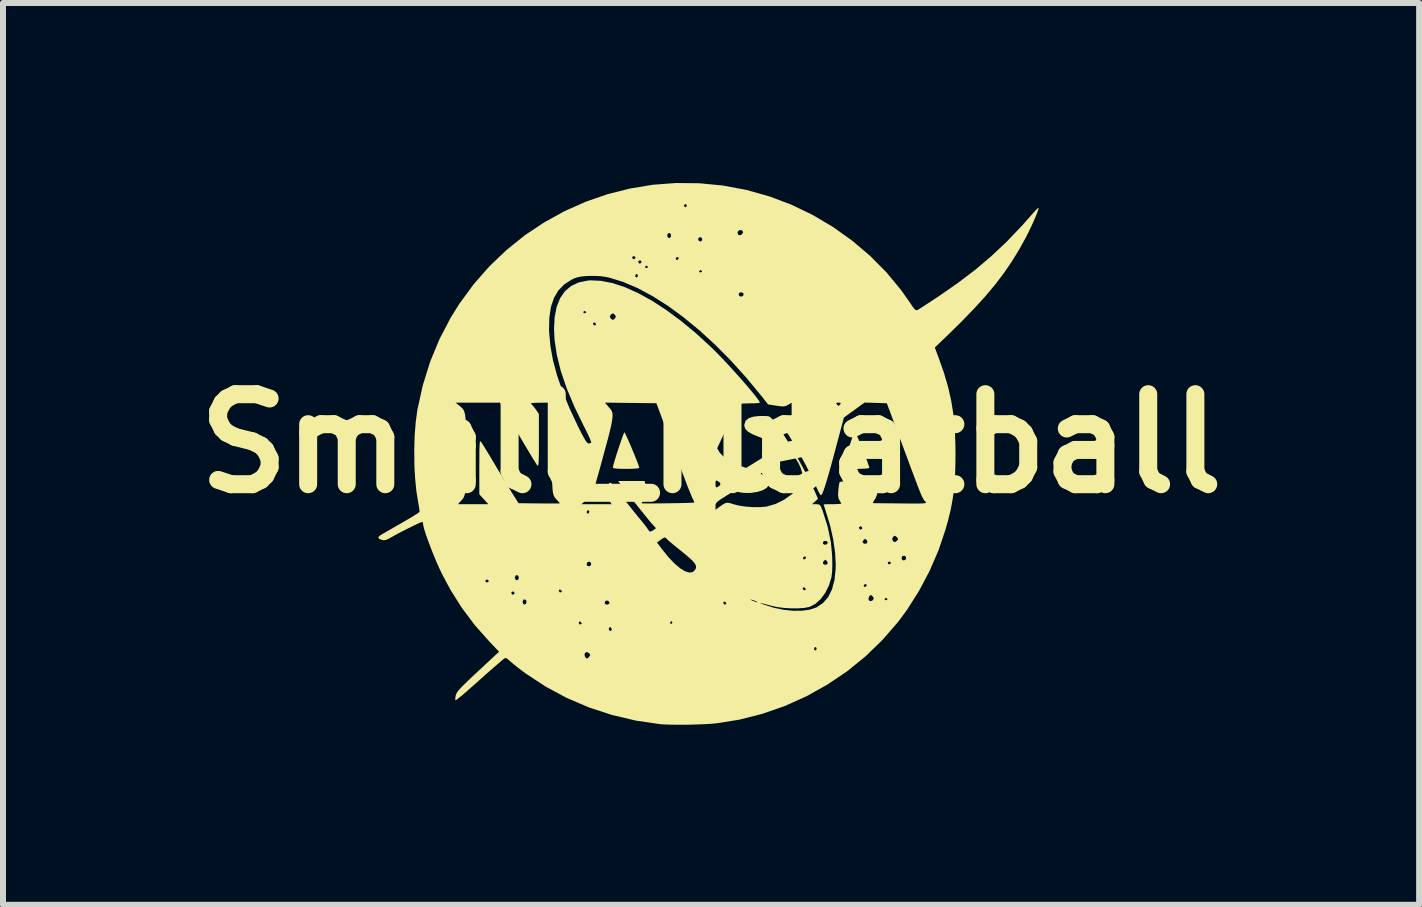
<source format=kicad_pcb>
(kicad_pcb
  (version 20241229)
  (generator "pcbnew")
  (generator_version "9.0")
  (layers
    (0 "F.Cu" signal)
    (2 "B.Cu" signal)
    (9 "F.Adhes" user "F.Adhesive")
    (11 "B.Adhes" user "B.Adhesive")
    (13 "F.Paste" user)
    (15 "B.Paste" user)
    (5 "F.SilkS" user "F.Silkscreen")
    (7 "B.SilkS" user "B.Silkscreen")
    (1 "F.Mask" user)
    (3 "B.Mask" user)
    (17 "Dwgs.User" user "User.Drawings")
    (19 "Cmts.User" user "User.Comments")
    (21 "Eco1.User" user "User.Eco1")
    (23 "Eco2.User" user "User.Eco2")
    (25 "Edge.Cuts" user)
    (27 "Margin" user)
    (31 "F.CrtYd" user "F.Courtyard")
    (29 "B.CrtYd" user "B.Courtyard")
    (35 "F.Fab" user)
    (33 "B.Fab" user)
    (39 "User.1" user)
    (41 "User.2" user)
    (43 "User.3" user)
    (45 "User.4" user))
  (footprint "Small_Meatball"
    (layer "F.Cu")
    (at 8.8 4.341)
    (property "Reference" "Small_Meatball" (at 0 0 0) (layer "F.SilkS") (effects (font (size 1.5 1.5) (thickness 0.3))))
    (attr board_only exclude_from_pos_files exclude_from_bom)
    (fp_poly (pts (xy -1.433 -0.17) (xy -1.412 -0.127) (xy -1.383 -0.062) (xy -1.349 0.016) (xy -1.312 0.102) (xy -1.277 0.188) (xy -1.244 0.269) (xy -1.218 0.337) (xy -1.201 0.385) (xy -1.196 0.406) (xy -1.213 0.413) (xy -1.26 0.418) (xy -1.329 0.422) (xy -1.414 0.423) (xy -1.416 0.423) (xy -1.516 0.422) (xy -1.583 0.418) (xy -1.622 0.412) (xy -1.636 0.403) (xy -1.636 0.4) (xy -1.631 0.371) (xy -1.616 0.316) (xy -1.594 0.243) (xy -1.568 0.159) (xy -1.539 0.071) (xy -1.51 -0.014) (xy -1.484 -0.089) (xy -1.463 -0.146) (xy -1.448 -0.18) (xy -1.444 -0.186)) (stroke (width 0) (type solid)) (fill yes) (layer "F.SilkS"))
    (fp_poly (pts (xy 2.404 -0.186) (xy 2.425 -0.142) (xy 2.454 -0.077) (xy 2.487 0.002) (xy 2.523 0.089) (xy 2.558 0.178) (xy 2.589 0.26) (xy 2.615 0.33) (xy 2.632 0.382) (xy 2.637 0.407) (xy 2.637 0.408) (xy 2.616 0.414) (xy 2.566 0.419) (xy 2.495 0.422) (xy 2.418 0.423) (xy 2.32 0.422) (xy 2.256 0.418) (xy 2.219 0.411) (xy 2.207 0.401) (xy 2.207 0.4) (xy 2.212 0.372) (xy 2.226 0.319) (xy 2.246 0.247) (xy 2.271 0.163) (xy 2.298 0.073) (xy 2.325 -0.014) (xy 2.351 -0.092) (xy 2.372 -0.154) (xy 2.387 -0.192) (xy 2.393 -0.202)) (stroke (width 0) (type solid)) (fill yes) (layer "F.SilkS"))
    (fp_poly (pts (xy -0.193 -4.337) (xy 0.198 -4.299) (xy 0.589 -4.226) (xy 0.975 -4.117) (xy 1.343 -3.978) (xy 1.697 -3.807) (xy 2.036 -3.606) (xy 2.355 -3.378) (xy 2.653 -3.125) (xy 2.925 -2.85) (xy 3.17 -2.553) (xy 3.326 -2.331) (xy 3.367 -2.27) (xy 3.395 -2.235) (xy 3.416 -2.221) (xy 3.436 -2.224) (xy 3.446 -2.228) (xy 3.473 -2.244) (xy 3.525 -2.277) (xy 3.597 -2.324) (xy 3.684 -2.381) (xy 3.78 -2.444) (xy 3.798 -2.456) (xy 4.116 -2.677) (xy 4.406 -2.897) (xy 4.674 -3.125) (xy 4.93 -3.366) (xy 5.18 -3.628) (xy 5.351 -3.821) (xy 5.397 -3.873) (xy 5.434 -3.911) (xy 5.455 -3.928) (xy 5.458 -3.929) (xy 5.456 -3.907) (xy 5.44 -3.859) (xy 5.413 -3.79) (xy 5.377 -3.706) (xy 5.335 -3.614) (xy 5.289 -3.519) (xy 5.244 -3.43) (xy 5.13 -3.224) (xy 5.008 -3.027) (xy 4.877 -2.835) (xy 4.731 -2.644) (xy 4.568 -2.45) (xy 4.384 -2.248) (xy 4.176 -2.033) (xy 3.957 -1.818) (xy 3.729 -1.599) (xy 3.796 -1.42) (xy 3.883 -1.172) (xy 3.951 -0.94) (xy 4.002 -0.714) (xy 4.039 -0.485) (xy 4.062 -0.244) (xy 4.072 0.019) (xy 4.074 0.175) (xy 4.071 0.399) (xy 4.063 0.595) (xy 4.048 0.773) (xy 4.024 0.942) (xy 3.992 1.111) (xy 3.948 1.289) (xy 3.907 1.435) (xy 3.791 1.779) (xy 3.643 2.121) (xy 3.468 2.453) (xy 3.27 2.766) (xy 3.121 2.969) (xy 2.861 3.269) (xy 2.576 3.546) (xy 2.268 3.796) (xy 1.938 4.018) (xy 1.592 4.212) (xy 1.229 4.375) (xy 0.855 4.505) (xy 0.47 4.603) (xy 0.1 4.662) (xy 0.003 4.671) (xy -0.119 4.678) (xy -0.257 4.683) (xy -0.401 4.687) (xy -0.542 4.687) (xy -0.672 4.686) (xy -0.781 4.682) (xy -0.846 4.678) (xy -1.254 4.618) (xy -1.652 4.524) (xy -2.037 4.398) (xy -2.407 4.239) (xy -2.759 4.05) (xy -3.093 3.83) (xy -3.152 3.786) (xy -3.223 3.732) (xy -3.29 3.678) (xy -3.342 3.635) (xy -3.36 3.618) (xy -3.399 3.584) (xy -3.425 3.575) (xy -3.448 3.584) (xy -3.452 3.588) (xy -3.488 3.617) (xy -3.548 3.669) (xy -3.63 3.74) (xy -3.732 3.829) (xy -3.849 3.933) (xy -3.98 4.05) (xy -4.006 4.072) (xy -4.085 4.142) (xy -4.154 4.201) (xy -4.21 4.246) (xy -4.246 4.274) (xy -4.26 4.28) (xy -4.263 4.258) (xy -4.258 4.214) (xy -4.255 4.199) (xy -4.247 4.174) (xy -4.232 4.147) (xy -4.208 4.114) (xy -4.17 4.072) (xy -4.116 4.017) (xy -4.043 3.946) (xy -3.947 3.855) (xy -3.886 3.799) (xy -3.59 3.523) (xy -2.11 3.523) (xy -2.097 3.559) (xy -2.075 3.582) (xy -2.058 3.58) (xy -2.033 3.557) (xy -2.014 3.528) (xy -2.025 3.502) (xy -2.056 3.48) (xy -2.072 3.476) (xy -2.101 3.491) (xy -2.11 3.523) (xy -3.59 3.523) (xy -3.532 3.47) (xy -3.572 3.429) (xy 1.716 3.429) (xy 1.72 3.439) (xy 1.74 3.45) (xy 1.751 3.443) (xy 1.76 3.413) (xy 1.756 3.403) (xy 1.736 3.392) (xy 1.725 3.399) (xy 1.716 3.429) (xy -3.572 3.429) (xy -3.684 3.312) (xy -3.885 3.086) (xy -1.706 3.086) (xy -1.701 3.108) (xy -1.678 3.126) (xy -1.659 3.115) (xy -1.655 3.1) (xy -1.666 3.069) (xy -1.672 3.063) (xy -1.694 3.064) (xy -1.706 3.086) (xy -3.885 3.086) (xy -3.933 3.032) (xy -3.967 2.987) (xy -2.207 2.987) (xy -2.192 3.013) (xy -2.178 3.016) (xy -2.157 3.006) (xy -2.156 2.995) (xy -2.16 2.99) (xy -0.681 2.99) (xy -0.672 3.009) (xy -0.662 3.007) (xy -0.644 2.984) (xy -0.644 2.978) (xy -0.658 2.962) (xy -0.662 2.961) (xy -0.678 2.976) (xy -0.681 2.99) (xy -2.16 2.99) (xy -2.174 2.97) (xy -2.196 2.967) (xy -2.207 2.987) (xy -3.967 2.987) (xy -4.151 2.742) (xy -4.218 2.637) (xy -3.141 2.637) (xy -3.133 2.669) (xy -3.11 2.685) (xy -3.108 2.685) (xy -3.086 2.671) (xy -3.082 2.665) (xy -1.774 2.665) (xy -1.75 2.683) (xy -1.728 2.685) (xy -1.698 2.673) (xy -1.692 2.657) (xy -1.693 2.656) (xy 0.202 2.656) (xy 0.217 2.682) (xy 0.231 2.685) (xy 0.253 2.675) (xy 0.253 2.663) (xy 0.235 2.639) (xy 0.213 2.636) (xy 0.202 2.656) (xy -1.693 2.656) (xy -1.706 2.628) (xy -1.735 2.616) (xy -1.763 2.627) (xy -1.766 2.631) (xy -1.774 2.665) (xy -3.082 2.665) (xy -3.078 2.656) (xy -3.077 2.622) (xy -3.095 2.6) (xy -3.122 2.601) (xy -3.129 2.607) (xy -3.141 2.637) (xy -4.218 2.637) (xy -4.241 2.6) (xy 0.655 2.6) (xy 0.661 2.606) (xy 0.69 2.62) (xy 0.73 2.637) (xy 0.76 2.646) (xy 0.772 2.646) (xy 0.758 2.634) (xy 0.754 2.632) (xy 0.715 2.615) (xy 0.681 2.605) (xy 0.655 2.6) (xy -4.241 2.6) (xy -4.309 2.492) (xy -3.329 2.492) (xy -3.314 2.517) (xy -3.301 2.52) (xy -3.277 2.505) (xy -3.274 2.492) (xy -3.289 2.468) (xy -3.301 2.465) (xy -3.326 2.479) (xy -3.329 2.492) (xy -4.309 2.492) (xy -4.333 2.454) (xy -2.538 2.454) (xy -2.523 2.479) (xy -2.509 2.483) (xy -2.488 2.472) (xy -2.487 2.461) (xy -2.506 2.437) (xy -2.528 2.434) (xy -2.538 2.454) (xy -4.333 2.454) (xy -4.346 2.433) (xy -4.354 2.417) (xy 1.527 2.417) (xy 1.541 2.442) (xy 1.556 2.446) (xy 1.577 2.436) (xy 1.578 2.424) (xy 1.559 2.4) (xy 1.537 2.397) (xy 1.527 2.417) (xy -4.354 2.417) (xy -4.421 2.293) (xy -3.762 2.293) (xy -3.748 2.313) (xy -3.734 2.317) (xy -3.71 2.304) (xy -3.707 2.3) (xy -3.708 2.279) (xy -3.73 2.267) (xy -3.752 2.272) (xy -3.762 2.293) (xy -4.421 2.293) (xy -4.453 2.232) (xy -3.27 2.232) (xy -3.261 2.265) (xy -3.239 2.281) (xy -3.237 2.281) (xy -3.214 2.266) (xy -3.206 2.252) (xy -3.206 2.218) (xy -3.224 2.196) (xy -3.25 2.196) (xy -3.258 2.202) (xy -3.27 2.232) (xy -4.453 2.232) (xy -4.486 2.17) (xy -4.532 2.073) (xy -4.559 2.012) (xy -2.074 2.012) (xy -2.063 2.04) (xy -2.059 2.042) (xy -2.026 2.046) (xy -2.001 2.026) (xy -1.999 1.994) (xy -2.022 1.971) (xy -2.035 1.968) (xy -2.063 1.982) (xy -2.074 2.012) (xy -4.559 2.012) (xy -4.581 1.962) (xy -4.629 1.845) (xy -4.676 1.726) (xy -4.704 1.65) (xy -0.901 1.65) (xy -0.808 1.773) (xy -0.705 1.9) (xy -0.606 2.003) (xy -0.515 2.08) (xy -0.433 2.13) (xy -0.362 2.151) (xy -0.305 2.143) (xy -0.267 2.108) (xy -0.251 2.074) (xy -0.251 2.039) (xy -0.271 2) (xy -0.282 1.986) (xy 1.864 1.986) (xy 1.866 2.003) (xy 1.895 2.022) (xy 1.929 2.016) (xy 1.941 2.004) (xy 1.941 1.976) (xy 1.93 1.957) (xy 1.908 1.939) (xy 1.885 1.951) (xy 1.88 1.956) (xy 1.864 1.986) (xy -0.282 1.986) (xy -0.312 1.951) (xy -0.357 1.909) (xy 1.531 1.909) (xy 1.539 1.928) (xy 1.553 1.931) (xy 1.578 1.916) (xy 1.582 1.902) (xy 1.571 1.882) (xy 1.549 1.885) (xy 1.531 1.909) (xy -0.357 1.909) (xy -0.377 1.891) (xy -0.47 1.814) (xy -0.491 1.797) (xy -0.569 1.735) (xy -0.638 1.678) (xy -0.657 1.662) (xy 1.863 1.662) (xy 1.866 1.673) (xy 1.893 1.688) (xy 1.927 1.681) (xy 1.945 1.66) (xy 1.939 1.636) (xy 1.912 1.623) (xy 1.881 1.627) (xy 1.873 1.633) (xy 1.863 1.662) (xy -0.657 1.662) (xy -0.693 1.632) (xy -0.727 1.601) (xy -0.733 1.594) (xy -0.756 1.571) (xy -0.778 1.567) (xy -0.811 1.584) (xy -0.842 1.607) (xy -0.901 1.65) (xy -4.704 1.65) (xy -4.719 1.612) (xy -4.755 1.509) (xy -4.782 1.423) (xy -4.797 1.361) (xy -4.8 1.336) (xy -4.807 1.31) (xy -4.814 1.306) (xy -4.838 1.314) (xy -4.887 1.336) (xy -4.954 1.368) (xy -5.033 1.407) (xy -5.117 1.449) (xy -5.198 1.491) (xy -5.269 1.529) (xy -5.316 1.556) (xy -5.38 1.591) (xy -5.424 1.609) (xy -5.459 1.612) (xy -5.486 1.607) (xy -5.534 1.587) (xy -5.545 1.564) (xy -5.52 1.536) (xy -5.495 1.519) (xy -5.459 1.499) (xy -5.399 1.464) (xy -5.319 1.418) (xy -5.227 1.365) (xy -5.15 1.321) (xy -5.058 1.267) (xy -4.977 1.219) (xy -4.914 1.18) (xy -4.873 1.152) (xy -4.868 1.148) (xy -2.073 1.148) (xy -2.069 1.159) (xy -2.049 1.17) (xy -2.037 1.162) (xy -2.029 1.132) (xy -2.032 1.122) (xy -2.053 1.111) (xy -2.064 1.119) (xy -2.073 1.148) (xy -4.868 1.148) (xy -4.859 1.14) (xy -4.859 1.115) (xy -4.866 1.064) (xy -4.878 0.997) (xy -4.881 0.98) (xy -4.912 0.786) (xy -4.933 0.566) (xy -4.944 0.331) (xy -4.946 0.091) (xy -4.939 -0.145) (xy -4.921 -0.365) (xy -4.894 -0.561) (xy -4.868 -0.68) (xy -4.258 -0.68) (xy -4.198 -0.633) (xy -4.169 -0.609) (xy -4.145 -0.587) (xy -4.126 -0.562) (xy -4.112 -0.53) (xy -4.101 -0.488) (xy -4.093 -0.431) (xy -4.088 -0.356) (xy -4.085 -0.26) (xy -4.084 -0.137) (xy -4.083 0.015) (xy -4.083 0.175) (xy -4.083 0.353) (xy -4.084 0.497) (xy -4.085 0.613) (xy -4.088 0.704) (xy -4.092 0.774) (xy -4.099 0.827) (xy -4.109 0.866) (xy -4.121 0.897) (xy -4.137 0.922) (xy -4.157 0.946) (xy -4.172 0.961) (xy -4.219 1.012) (xy -3.965 1.012) (xy -3.711 1.012) (xy -2.16 1.012) (xy -1.909 1.012) (xy -1.657 1.012) (xy -1.695 0.946) (xy -1.718 0.899) (xy -1.726 0.851) (xy -1.723 0.786) (xy -1.722 0.778) (xy -1.713 0.712) (xy -1.702 0.669) (xy -1.687 0.653) (xy -1.663 0.662) (xy -1.627 0.698) (xy -1.575 0.763) (xy -1.524 0.831) (xy -1.449 0.928) (xy -1.365 1.036) (xy -1.282 1.14) (xy -1.217 1.22) (xy -1.158 1.291) (xy -1.107 1.355) (xy -1.069 1.405) (xy -1.048 1.435) (xy -1.048 1.436) (xy -1.027 1.465) (xy -1.003 1.467) (xy -0.963 1.445) (xy -0.959 1.442) (xy -0.917 1.412) (xy -0.97 1.354) (xy -1 1.321) (xy -1.047 1.264) (xy -1.107 1.19) (xy -1.176 1.105) (xy 0.074 1.105) (xy 0.133 1.061) (xy 0.182 1.026) (xy 0.226 0.999) (xy 0.232 0.996) (xy 0.266 0.987) (xy 0.311 0.992) (xy 0.37 1.011) (xy 0.463 1.035) (xy 0.578 1.052) (xy 0.702 1.061) (xy 0.821 1.061) (xy 0.922 1.052) (xy 0.929 1.05) (xy 1.074 1.008) (xy 1.218 0.937) (xy 1.349 0.844) (xy 1.369 0.826) (xy 1.456 0.73) (xy 1.507 0.635) (xy 1.523 0.537) (xy 1.519 0.493) (xy 1.497 0.416) (xy 1.459 0.33) (xy 1.412 0.253) (xy 1.371 0.203) (xy 1.331 0.166) (xy 1.078 0.334) (xy 0.825 0.502) (xy 0.878 0.536) (xy 0.94 0.588) (xy 0.968 0.641) (xy 0.963 0.692) (xy 0.928 0.739) (xy 0.863 0.778) (xy 0.773 0.807) (xy 0.668 0.823) (xy 0.589 0.825) (xy 0.51 0.819) (xy 0.469 0.811) (xy 0.429 0.802) (xy 0.398 0.8) (xy 0.366 0.808) (xy 0.324 0.828) (xy 0.264 0.864) (xy 0.229 0.887) (xy 0.157 0.932) (xy 0.112 0.965) (xy 0.087 0.991) (xy 0.076 1.015) (xy 0.074 1.045) (xy 0.074 1.105) (xy -1.176 1.105) (xy -1.176 1.104) (xy -1.249 1.013) (xy -1.322 0.922) (xy -1.389 0.837) (xy -1.446 0.764) (xy -1.488 0.708) (xy -1.505 0.685) (xy -1.547 0.625) (xy -1.328 0.625) (xy -1.108 0.625) (xy -1.087 0.707) (xy -1.071 0.791) (xy -1.071 0.852) (xy -1.089 0.901) (xy -1.113 0.935) (xy -1.142 0.971) (xy -1.158 0.994) (xy -1.159 0.996) (xy -1.141 0.998) (xy -1.093 0.999) (xy -1.021 0.999) (xy -0.93 0.999) (xy -0.827 0.998) (xy -0.718 0.996) (xy -0.609 0.995) (xy -0.506 0.993) (xy -0.415 0.991) (xy -0.343 0.988) (xy -0.296 0.986) (xy -0.279 0.984) (xy -0.283 0.966) (xy -0.301 0.929) (xy -0.306 0.92) (xy -0.32 0.891) (xy -0.344 0.831) (xy -0.379 0.745) (xy -0.408 0.671) (xy 0.074 0.671) (xy 0.077 0.718) (xy 0.092 0.733) (xy 0.123 0.717) (xy 0.135 0.709) (xy 0.158 0.679) (xy 0.144 0.649) (xy 0.109 0.625) (xy 0.086 0.616) (xy 0.076 0.629) (xy 0.074 0.671) (xy -0.408 0.671) (xy -0.421 0.635) (xy -0.471 0.506) (xy -0.526 0.362) (xy -0.584 0.206) (xy -0.625 0.095) (xy -0.911 -0.671) (xy -1.34 -0.676) (xy -1.769 -0.681) (xy -1.703 -0.604) (xy -1.682 -0.58) (xy -1.665 -0.558) (xy -1.653 -0.534) (xy -1.644 -0.507) (xy -1.641 -0.472) (xy -1.643 -0.428) (xy -1.651 -0.371) (xy -1.665 -0.298) (xy -1.686 -0.207) (xy -1.715 -0.093) (xy -1.752 0.044) (xy -1.797 0.209) (xy -1.85 0.405) (xy -1.898 0.575) (xy -1.973 0.847) (xy -2.067 0.929) (xy -2.16 1.012) (xy -3.711 1.012) (xy -3.787 0.929) (xy -3.862 0.847) (xy -3.862 0.391) (xy -3.861 0.25) (xy -3.861 0.142) (xy -3.859 0.064) (xy -3.857 0.01) (xy -3.853 -0.021) (xy -3.847 -0.035) (xy -3.84 -0.035) (xy -3.833 -0.028) (xy -3.815 -0.001) (xy -3.782 0.052) (xy -3.737 0.126) (xy -3.683 0.214) (xy -3.625 0.313) (xy -3.619 0.322) (xy -3.553 0.434) (xy -3.483 0.549) (xy -3.417 0.659) (xy -3.359 0.754) (xy -3.322 0.815) (xy -3.209 0.995) (xy -2.865 0.999) (xy -2.757 0.999) (xy -2.662 1) (xy -2.588 0.999) (xy -2.538 0.999) (xy -2.52 0.997) (xy -2.52 0.997) (xy -2.531 0.981) (xy -2.558 0.951) (xy -2.558 0.951) (xy -2.582 0.927) (xy -2.601 0.904) (xy -2.616 0.88) (xy -2.627 0.851) (xy -2.636 0.812) (xy -2.642 0.759) (xy -2.646 0.689) (xy -2.648 0.599) (xy -2.649 0.483) (xy -2.649 0.338) (xy -2.649 0.16) (xy -2.649 0.154) (xy -2.649 -0.524) (xy -2.594 -0.602) (xy -2.539 -0.681) (xy -2.782 -0.68) (xy -2.882 -0.679) (xy -2.948 -0.677) (xy -2.987 -0.673) (xy -3.002 -0.666) (xy -2.996 -0.657) (xy -2.996 -0.657) (xy -2.967 -0.628) (xy -2.931 -0.582) (xy -2.918 -0.563) (xy -2.869 -0.491) (xy -2.869 -0.049) (xy -2.869 0.091) (xy -2.87 0.198) (xy -2.872 0.276) (xy -2.875 0.328) (xy -2.88 0.359) (xy -2.885 0.371) (xy -2.893 0.368) (xy -2.894 0.367) (xy -2.91 0.345) (xy -2.941 0.295) (xy -2.986 0.222) (xy -3.042 0.129) (xy -3.107 0.02) (xy -3.178 -0.101) (xy -3.218 -0.17) (xy -3.517 -0.681) (xy -3.887 -0.68) (xy -4.258 -0.68) (xy -4.868 -0.68) (xy -4.804 -0.971) (xy -4.681 -1.364) (xy -4.526 -1.74) (xy -4.444 -1.895) (xy -2.7 -1.895) (xy -2.698 -1.849) (xy -2.677 -1.621) (xy -2.634 -1.385) (xy -2.567 -1.136) (xy -2.476 -0.872) (xy -2.36 -0.59) (xy -2.224 -0.299) (xy -2.168 -0.187) (xy -2.124 -0.104) (xy -2.091 -0.048) (xy -2.067 -0.015) (xy -2.048 -0.001) (xy -2.042 0) (xy -2.008 -0.007) (xy -1.997 -0.016) (xy -2.002 -0.037) (xy -2.021 -0.085) (xy -2.052 -0.153) (xy -2.093 -0.237) (xy -2.125 -0.299) (xy -2.281 -0.621) (xy -2.407 -0.923) (xy -2.504 -1.208) (xy -2.57 -1.475) (xy -2.608 -1.727) (xy -2.617 -1.904) (xy -2.612 -1.997) (xy -1.968 -1.997) (xy -1.953 -1.972) (xy -1.939 -1.968) (xy -1.917 -1.979) (xy -1.917 -1.99) (xy -1.935 -2.014) (xy -1.957 -2.017) (xy -1.968 -1.997) (xy -2.612 -1.997) (xy -2.607 -2.103) (xy -2.604 -2.119) (xy -1.688 -2.119) (xy -1.678 -2.093) (xy -1.674 -2.088) (xy -1.649 -2.065) (xy -1.637 -2.06) (xy -1.615 -2.072) (xy -1.599 -2.088) (xy -1.586 -2.116) (xy -1.601 -2.142) (xy -1.606 -2.148) (xy -1.632 -2.168) (xy -1.653 -2.161) (xy -1.668 -2.148) (xy -1.688 -2.119) (xy -2.604 -2.119) (xy -2.59 -2.19) (xy -2.13 -2.19) (xy -2.121 -2.173) (xy -2.106 -2.17) (xy -2.083 -2.18) (xy -2.082 -2.19) (xy -2.101 -2.209) (xy -2.106 -2.21) (xy -2.128 -2.196) (xy -2.13 -2.19) (xy -2.59 -2.19) (xy -2.573 -2.276) (xy -2.516 -2.42) (xy -2.435 -2.537) (xy -2.332 -2.625) (xy -2.205 -2.684) (xy -2.056 -2.715) (xy -2.013 -2.719) (xy -1.835 -2.711) (xy -1.641 -2.673) (xy -1.433 -2.604) (xy -1.214 -2.506) (xy -0.984 -2.379) (xy -0.747 -2.225) (xy -0.503 -2.045) (xy -0.254 -1.839) (xy -0.003 -1.609) (xy 0.085 -1.522) (xy 0.183 -1.422) (xy 0.286 -1.312) (xy 0.391 -1.197) (xy 0.493 -1.083) (xy 0.589 -0.973) (xy 0.674 -0.872) (xy 0.744 -0.786) (xy 0.794 -0.718) (xy 0.814 -0.688) (xy 0.805 -0.678) (xy 0.763 -0.672) (xy 0.686 -0.669) (xy 0.647 -0.669) (xy 0.535 -0.666) (xy 0.447 -0.653) (xy 0.371 -0.627) (xy 0.293 -0.585) (xy 0.254 -0.559) (xy 0.162 -0.474) (xy 0.095 -0.366) (xy 0.055 -0.243) (xy 0.046 -0.114) (xy 0.048 -0.087) (xy 0.08 0.041) (xy 0.145 0.154) (xy 0.24 0.25) (xy 0.366 0.327) (xy 0.467 0.367) (xy 0.586 0.407) (xy 0.785 0.283) (xy 0.871 0.23) (xy 0.954 0.178) (xy 1.026 0.133) (xy 1.074 0.104) (xy 1.164 0.048) (xy 1.055 -0.003) (xy 0.985 -0.035) (xy 0.897 -0.072) (xy 0.808 -0.107) (xy 0.792 -0.113) (xy 0.687 -0.156) (xy 0.615 -0.198) (xy 0.573 -0.241) (xy 0.555 -0.288) (xy 0.555 -0.316) (xy 0.576 -0.377) (xy 0.625 -0.42) (xy 0.705 -0.447) (xy 0.791 -0.457) (xy 0.863 -0.459) (xy 0.925 -0.457) (xy 0.963 -0.453) (xy 0.996 -0.431) (xy 1.043 -0.38) (xy 1.101 -0.303) (xy 1.169 -0.206) (xy 1.244 -0.091) (xy 1.323 0.038) (xy 1.405 0.176) (xy 1.486 0.32) (xy 1.565 0.466) (xy 1.639 0.61) (xy 1.705 0.748) (xy 1.738 0.82) (xy 1.782 0.92) (xy 1.733 0.966) (xy 1.683 1.012) (xy 1.751 1.012) (xy 1.789 1.014) (xy 1.813 1.025) (xy 1.832 1.053) (xy 1.854 1.108) (xy 1.858 1.117) (xy 1.944 1.388) (xy 1.998 1.653) (xy 2.018 1.876) (xy 2.021 2.013) (xy 2.018 2.127) (xy 2.009 2.212) (xy 2.007 2.227) (xy 1.965 2.364) (xy 1.904 2.488) (xy 1.827 2.593) (xy 1.738 2.673) (xy 1.642 2.723) (xy 1.634 2.725) (xy 1.555 2.74) (xy 1.452 2.747) (xy 1.334 2.747) (xy 1.213 2.74) (xy 1.1 2.725) (xy 1.012 2.706) (xy 0.915 2.68) (xy 0.852 2.664) (xy 0.823 2.658) (xy 0.825 2.663) (xy 0.858 2.677) (xy 0.883 2.686) (xy 1.042 2.737) (xy 1.205 2.771) (xy 1.365 2.788) (xy 1.515 2.787) (xy 1.647 2.769) (xy 1.755 2.733) (xy 1.864 2.66) (xy 1.928 2.587) (xy 2.622 2.587) (xy 2.632 2.617) (xy 2.659 2.629) (xy 2.692 2.615) (xy 2.702 2.604) (xy 2.707 2.592) (xy 2.891 2.592) (xy 2.9 2.609) (xy 2.915 2.612) (xy 2.938 2.602) (xy 2.939 2.592) (xy 2.92 2.573) (xy 2.915 2.572) (xy 2.894 2.587) (xy 2.891 2.592) (xy 2.707 2.592) (xy 2.712 2.578) (xy 2.692 2.548) (xy 2.692 2.547) (xy 2.666 2.526) (xy 2.649 2.532) (xy 2.637 2.547) (xy 2.622 2.587) (xy 1.928 2.587) (xy 1.951 2.561) (xy 2.015 2.433) (xy 2.032 2.369) (xy 2.542 2.369) (xy 2.55 2.388) (xy 2.564 2.391) (xy 2.59 2.376) (xy 2.593 2.362) (xy 2.583 2.342) (xy 2.561 2.345) (xy 2.542 2.369) (xy 2.032 2.369) (xy 2.057 2.277) (xy 2.076 2.093) (xy 2.078 2.013) (xy 2.076 1.979) (xy 2.945 1.979) (xy 2.95 2.005) (xy 2.955 2.01) (xy 2.977 2.014) (xy 2.996 1.995) (xy 2.998 1.985) (xy 2.983 1.97) (xy 2.97 1.968) (xy 2.945 1.979) (xy 2.076 1.979) (xy 2.072 1.908) (xy 3.174 1.908) (xy 3.185 1.938) (xy 3.212 1.95) (xy 3.241 1.935) (xy 3.25 1.92) (xy 3.247 1.888) (xy 3.223 1.87) (xy 3.191 1.876) (xy 3.188 1.878) (xy 3.174 1.908) (xy 2.072 1.908) (xy 2.067 1.814) (xy 2.041 1.637) (xy 2.526 1.637) (xy 2.528 1.654) (xy 2.557 1.672) (xy 2.591 1.666) (xy 2.603 1.655) (xy 2.603 1.626) (xy 2.592 1.608) (xy 2.57 1.589) (xy 2.548 1.601) (xy 2.542 1.607) (xy 2.526 1.637) (xy 2.041 1.637) (xy 2.036 1.597) (xy 2.033 1.585) (xy 3.018 1.585) (xy 3.031 1.624) (xy 3.038 1.633) (xy 3.062 1.644) (xy 3.092 1.625) (xy 3.094 1.624) (xy 3.116 1.599) (xy 3.111 1.577) (xy 3.096 1.56) (xy 3.067 1.538) (xy 3.041 1.547) (xy 3.041 1.547) (xy 3.018 1.585) (xy 2.033 1.585) (xy 1.993 1.407) (xy 2.465 1.407) (xy 2.479 1.431) (xy 2.492 1.435) (xy 2.517 1.42) (xy 2.52 1.407) (xy 2.505 1.383) (xy 2.492 1.379) (xy 2.468 1.394) (xy 2.465 1.407) (xy 1.993 1.407) (xy 1.985 1.371) (xy 1.941 1.223) (xy 1.916 1.143) (xy 1.895 1.077) (xy 1.881 1.032) (xy 1.876 1.016) (xy 1.893 1.014) (xy 1.938 1.012) (xy 2.002 1.012) (xy 2.023 1.012) (xy 2.092 1.01) (xy 2.143 1.007) (xy 2.169 1.003) (xy 2.17 1.002) (xy 2.161 0.981) (xy 2.14 0.946) (xy 2.123 0.909) (xy 2.117 0.861) (xy 2.12 0.79) (xy 2.121 0.78) (xy 2.128 0.716) (xy 2.137 0.666) (xy 2.143 0.643) (xy 2.165 0.637) (xy 2.217 0.631) (xy 2.295 0.628) (xy 2.391 0.626) (xy 2.439 0.625) (xy 2.723 0.625) (xy 2.741 0.672) (xy 2.768 0.765) (xy 2.769 0.841) (xy 2.744 0.907) (xy 2.733 0.924) (xy 2.708 0.965) (xy 2.698 0.99) (xy 2.7 0.994) (xy 2.721 0.995) (xy 2.774 0.995) (xy 2.853 0.996) (xy 2.954 0.997) (xy 3.07 0.998) (xy 3.158 0.999) (xy 3.297 1) (xy 3.403 1) (xy 3.48 1) (xy 3.533 0.998) (xy 3.564 0.995) (xy 3.579 0.989) (xy 3.581 0.982) (xy 3.575 0.972) (xy 3.569 0.966) (xy 3.556 0.951) (xy 3.544 0.935) (xy 3.532 0.914) (xy 3.517 0.886) (xy 3.499 0.846) (xy 3.477 0.792) (xy 3.449 0.721) (xy 3.414 0.629) (xy 3.37 0.512) (xy 3.316 0.369) (xy 3.252 0.195) (xy 3.236 0.153) (xy 3.179 -0.001) (xy 3.125 -0.147) (xy 3.075 -0.279) (xy 3.032 -0.395) (xy 2.997 -0.49) (xy 2.971 -0.56) (xy 2.955 -0.601) (xy 2.953 -0.607) (xy 2.929 -0.671) (xy 2.743 -0.677) (xy 2.558 -0.682) (xy 2.386 -0.557) (xy 2.214 -0.432) (xy 2.079 0.074) (xy 2.024 0.279) (xy 1.977 0.45) (xy 1.937 0.589) (xy 1.904 0.697) (xy 1.877 0.777) (xy 1.856 0.83) (xy 1.84 0.858) (xy 1.83 0.863) (xy 1.815 0.845) (xy 1.79 0.8) (xy 1.761 0.739) (xy 1.752 0.718) (xy 1.676 0.554) (xy 1.584 0.37) (xy 1.481 0.179) (xy 1.374 -0.009) (xy 1.267 -0.184) (xy 1.202 -0.285) (xy 1.167 -0.343) (xy 1.159 -0.375) (xy 1.177 -0.381) (xy 1.221 -0.361) (xy 1.251 -0.342) (xy 1.296 -0.314) (xy 1.326 -0.297) (xy 1.333 -0.294) (xy 1.337 -0.311) (xy 1.34 -0.358) (xy 1.342 -0.426) (xy 1.343 -0.487) (xy 1.343 -0.665) (xy 2.088 -0.665) (xy 2.097 -0.653) (xy 2.118 -0.63) (xy 2.124 -0.625) (xy 2.138 -0.637) (xy 2.152 -0.653) (xy 2.163 -0.673) (xy 2.146 -0.68) (xy 2.124 -0.681) (xy 2.091 -0.678) (xy 2.088 -0.665) (xy 1.343 -0.665) (xy 1.343 -0.679) (xy 1.283 -0.644) (xy 1.248 -0.626) (xy 1.214 -0.618) (xy 1.17 -0.619) (xy 1.103 -0.628) (xy 1.087 -0.63) (xy 0.951 -0.651) (xy 0.841 -0.79) (xy 0.589 -1.095) (xy 0.331 -1.381) (xy 0.069 -1.645) (xy -0.194 -1.886) (xy -0.457 -2.102) (xy -0.717 -2.293) (xy -0.973 -2.455) (xy -1.013 -2.477) (xy 0.461 -2.477) (xy 0.472 -2.458) (xy 0.505 -2.447) (xy 0.534 -2.462) (xy 0.539 -2.472) (xy 0.54 -2.505) (xy 0.509 -2.519) (xy 0.494 -2.52) (xy 0.465 -2.506) (xy 0.461 -2.477) (xy -1.013 -2.477) (xy -1.222 -2.589) (xy -1.463 -2.692) (xy -1.693 -2.763) (xy -1.763 -2.778) (xy -1.835 -2.787) (xy -1.84 -2.788) (xy -1.264 -2.788) (xy -1.26 -2.777) (xy -1.24 -2.766) (xy -1.228 -2.774) (xy -1.219 -2.804) (xy -1.223 -2.814) (xy -1.243 -2.825) (xy -1.255 -2.817) (xy -1.264 -2.788) (xy -1.84 -2.788) (xy -1.926 -2.793) (xy -2.02 -2.793) (xy -2.045 -2.792) (xy -2.138 -2.786) (xy -2.207 -2.775) (xy -2.267 -2.757) (xy -2.323 -2.731) (xy -2.445 -2.653) (xy -2.543 -2.553) (xy -2.617 -2.428) (xy -2.668 -2.278) (xy -2.695 -2.101) (xy -2.7 -1.895) (xy -4.444 -1.895) (xy -4.339 -2.097) (xy -4.195 -2.328) (xy -3.956 -2.654) (xy -3.766 -2.871) (xy -0.199 -2.871) (xy -0.19 -2.854) (xy -0.175 -2.851) (xy -0.152 -2.86) (xy -0.151 -2.871) (xy -0.17 -2.89) (xy -0.175 -2.89) (xy -0.196 -2.876) (xy -0.199 -2.871) (xy -3.766 -2.871) (xy -3.701 -2.944) (xy -1.1 -2.944) (xy -1.091 -2.927) (xy -1.076 -2.924) (xy -1.053 -2.934) (xy -1.052 -2.944) (xy -1.071 -2.963) (xy -1.076 -2.964) (xy -1.098 -2.95) (xy -1.1 -2.944) (xy -3.701 -2.944) (xy -3.693 -2.953) (xy -3.617 -3.026) (xy -1.214 -3.026) (xy -1.199 -3.001) (xy -1.186 -2.998) (xy -1.162 -3.013) (xy -1.159 -3.026) (xy -1.173 -3.05) (xy -1.186 -3.053) (xy -1.211 -3.038) (xy -1.214 -3.026) (xy -3.617 -3.026) (xy -3.544 -3.096) (xy -1.316 -3.096) (xy -1.302 -3.076) (xy -1.287 -3.072) (xy -1.274 -3.079) (xy -0.589 -3.079) (xy -0.578 -3.059) (xy -0.556 -3.062) (xy -0.538 -3.086) (xy -0.546 -3.105) (xy -0.559 -3.108) (xy -0.585 -3.094) (xy -0.589 -3.079) (xy -1.274 -3.079) (xy -1.263 -3.085) (xy -1.261 -3.089) (xy -1.262 -3.11) (xy -1.284 -3.122) (xy -1.306 -3.117) (xy -1.316 -3.096) (xy -3.544 -3.096) (xy -3.408 -3.225) (xy -3.203 -3.39) (xy -0.214 -3.39) (xy -0.19 -3.369) (xy -0.174 -3.366) (xy -0.152 -3.381) (xy -0.147 -3.403) (xy -0.16 -3.432) (xy -0.188 -3.439) (xy -0.212 -3.421) (xy -0.214 -3.39) (xy -3.203 -3.39) (xy -3.104 -3.469) (xy -0.731 -3.469) (xy -0.723 -3.437) (xy -0.7 -3.421) (xy -0.699 -3.421) (xy -0.676 -3.436) (xy -0.668 -3.45) (xy -0.668 -3.484) (xy -0.686 -3.506) (xy -0.712 -3.505) (xy -0.72 -3.499) (xy -0.731 -3.469) (xy -3.104 -3.469) (xy -3.103 -3.47) (xy -3.039 -3.513) (xy 0.441 -3.513) (xy 0.452 -3.48) (xy 0.464 -3.471) (xy 0.499 -3.475) (xy 0.527 -3.501) (xy 0.533 -3.523) (xy 0.519 -3.55) (xy 0.51 -3.555) (xy 0.469 -3.555) (xy 0.444 -3.529) (xy 0.441 -3.513) (xy -3.039 -3.513) (xy -2.78 -3.685) (xy -2.442 -3.872) (xy -2.254 -3.955) (xy -0.452 -3.955) (xy -0.447 -3.948) (xy -0.42 -3.937) (xy -0.405 -3.956) (xy -0.405 -3.964) (xy -0.414 -3.988) (xy -0.422 -3.991) (xy -0.446 -3.979) (xy -0.452 -3.955) (xy -2.254 -3.955) (xy -2.089 -4.029) (xy -1.725 -4.155) (xy -1.351 -4.249) (xy -0.97 -4.312) (xy -0.583 -4.341)) (stroke (width 0) (type solid)) (fill yes) (layer "F.SilkS")))
  (gr_rect
    (start -3 -3)
    (end 20.6 12.029)
    (stroke (width 0.1) (type default))
    (fill no)
    (layer "Edge.Cuts")))
</source>
